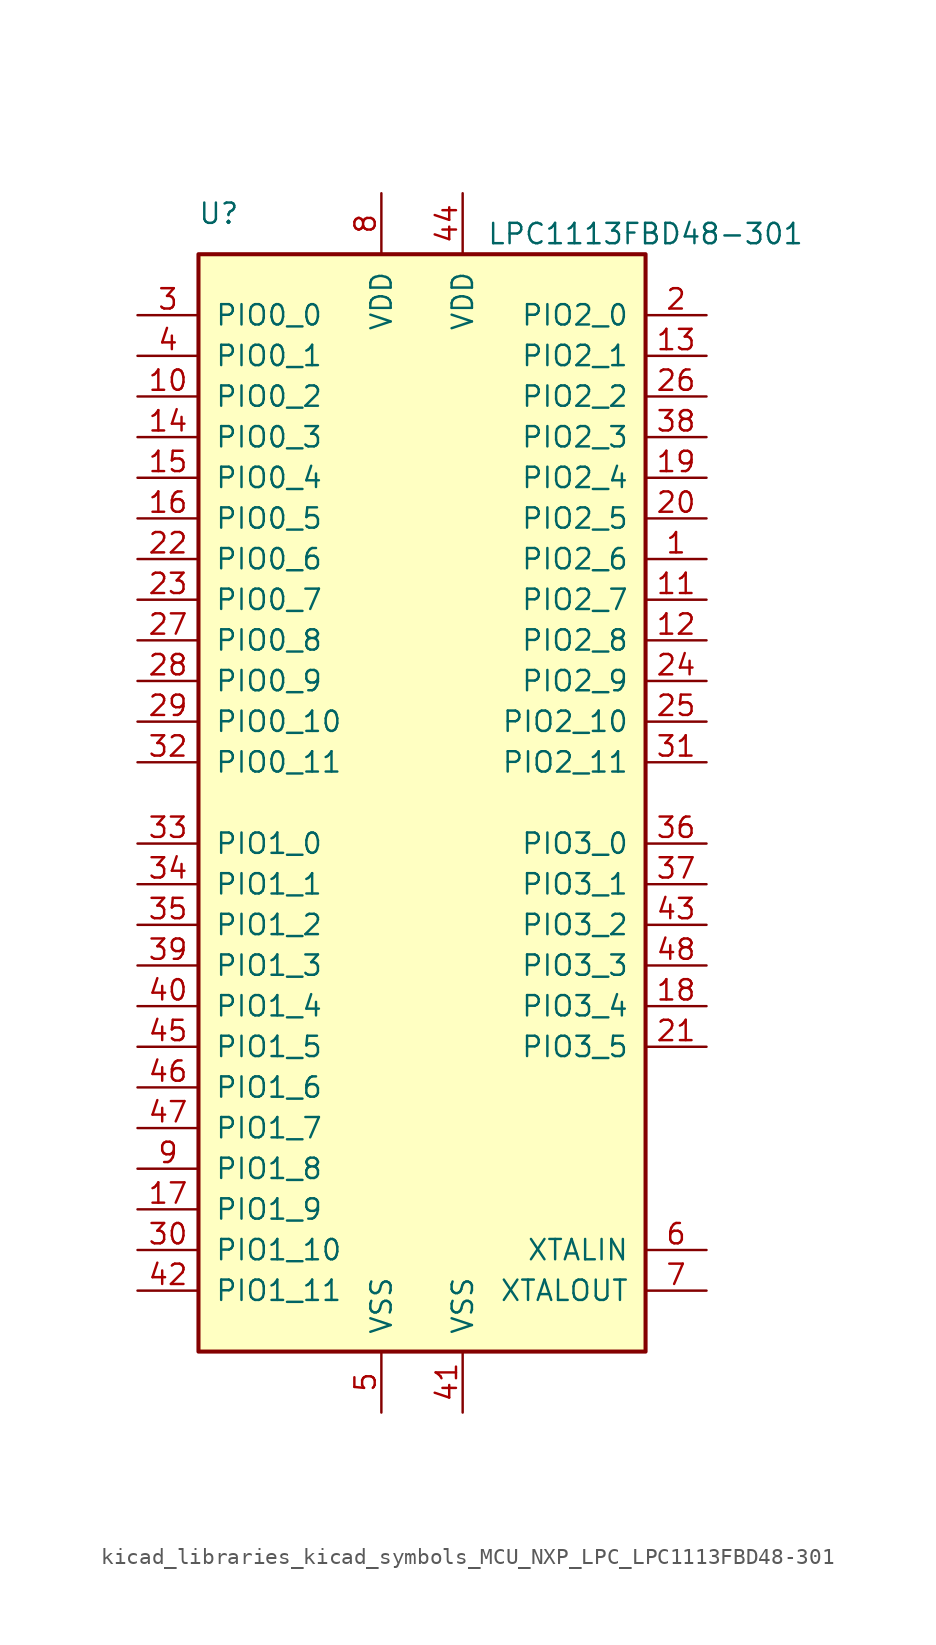
<source format=kicad_sym>
(kicad_symbol_lib
  (version 20220914)
  (generator kicad_symbol_editor)
  (symbol "kicad_libraries_kicad_symbols_MCU_NXP_LPC_LPC1113FBD48-301"
    (pin_names
      (offset 1.016))
    (property "Reference" "U"
      (at -12.7 36.83 0)
      (effects (font (size 1.27 1.27))))
    (property "Value" "LPC1113FBD48-301"
      (at 13.97 35.56 0)
      (effects (font (size 1.27 1.27))))
    (symbol "kicad_libraries_kicad_symbols_MCU_NXP_LPC_LPC1113FBD48-301_0_1"
      (rectangle (start -13.97 34.29) (end 13.97 -34.29) (stroke (width 0.254) (type default)) (fill (type background))))
    (symbol "kicad_libraries_kicad_symbols_MCU_NXP_LPC_LPC1113FBD48-301_1_1"
      (pin bidirectional line (at 17.78 15.24 180) (length 3.81) (name "PIO2_6" (effects (font (size 1.27 1.27)))) (number "1" (effects (font (size 1.27 1.27)))))
      (pin bidirectional line (at -17.78 25.4 0) (length 3.81) (name "PIO0_2" (effects (font (size 1.27 1.27)))) (number "10" (effects (font (size 1.27 1.27)))))
      (pin bidirectional line (at 17.78 12.7 180) (length 3.81) (name "PIO2_7" (effects (font (size 1.27 1.27)))) (number "11" (effects (font (size 1.27 1.27)))))
      (pin bidirectional line (at 17.78 10.16 180) (length 3.81) (name "PIO2_8" (effects (font (size 1.27 1.27)))) (number "12" (effects (font (size 1.27 1.27)))))
      (pin bidirectional line (at 17.78 27.94 180) (length 3.81) (name "PIO2_1" (effects (font (size 1.27 1.27)))) (number "13" (effects (font (size 1.27 1.27)))))
      (pin bidirectional line (at -17.78 22.86 0) (length 3.81) (name "PIO0_3" (effects (font (size 1.27 1.27)))) (number "14" (effects (font (size 1.27 1.27)))))
      (pin bidirectional line (at -17.78 20.32 0) (length 3.81) (name "PIO0_4" (effects (font (size 1.27 1.27)))) (number "15" (effects (font (size 1.27 1.27)))))
      (pin bidirectional line (at -17.78 17.78 0) (length 3.81) (name "PIO0_5" (effects (font (size 1.27 1.27)))) (number "16" (effects (font (size 1.27 1.27)))))
      (pin bidirectional line (at -17.78 -25.4 0) (length 3.81) (name "PIO1_9" (effects (font (size 1.27 1.27)))) (number "17" (effects (font (size 1.27 1.27)))))
      (pin bidirectional line (at 17.78 -12.7 180) (length 3.81) (name "PIO3_4" (effects (font (size 1.27 1.27)))) (number "18" (effects (font (size 1.27 1.27)))))
      (pin bidirectional line (at 17.78 20.32 180) (length 3.81) (name "PIO2_4" (effects (font (size 1.27 1.27)))) (number "19" (effects (font (size 1.27 1.27)))))
      (pin bidirectional line (at 17.78 30.48 180) (length 3.81) (name "PIO2_0" (effects (font (size 1.27 1.27)))) (number "2" (effects (font (size 1.27 1.27)))))
      (pin bidirectional line (at 17.78 17.78 180) (length 3.81) (name "PIO2_5" (effects (font (size 1.27 1.27)))) (number "20" (effects (font (size 1.27 1.27)))))
      (pin bidirectional line (at 17.78 -15.24 180) (length 3.81) (name "PIO3_5" (effects (font (size 1.27 1.27)))) (number "21" (effects (font (size 1.27 1.27)))))
      (pin bidirectional line (at -17.78 15.24 0) (length 3.81) (name "PIO0_6" (effects (font (size 1.27 1.27)))) (number "22" (effects (font (size 1.27 1.27)))))
      (pin bidirectional line (at -17.78 12.7 0) (length 3.81) (name "PIO0_7" (effects (font (size 1.27 1.27)))) (number "23" (effects (font (size 1.27 1.27)))))
      (pin bidirectional line (at 17.78 7.62 180) (length 3.81) (name "PIO2_9" (effects (font (size 1.27 1.27)))) (number "24" (effects (font (size 1.27 1.27)))))
      (pin bidirectional line (at 17.78 5.08 180) (length 3.81) (name "PIO2_10" (effects (font (size 1.27 1.27)))) (number "25" (effects (font (size 1.27 1.27)))))
      (pin bidirectional line (at 17.78 25.4 180) (length 3.81) (name "PIO2_2" (effects (font (size 1.27 1.27)))) (number "26" (effects (font (size 1.27 1.27)))))
      (pin bidirectional line (at -17.78 10.16 0) (length 3.81) (name "PIO0_8" (effects (font (size 1.27 1.27)))) (number "27" (effects (font (size 1.27 1.27)))))
      (pin bidirectional line (at -17.78 7.62 0) (length 3.81) (name "PIO0_9" (effects (font (size 1.27 1.27)))) (number "28" (effects (font (size 1.27 1.27)))))
      (pin bidirectional line (at -17.78 5.08 0) (length 3.81) (name "PIO0_10" (effects (font (size 1.27 1.27)))) (number "29" (effects (font (size 1.27 1.27)))))
      (pin bidirectional line (at -17.78 30.48 0) (length 3.81) (name "PIO0_0" (effects (font (size 1.27 1.27)))) (number "3" (effects (font (size 1.27 1.27)))))
      (pin bidirectional line (at -17.78 -27.94 0) (length 3.81) (name "PIO1_10" (effects (font (size 1.27 1.27)))) (number "30" (effects (font (size 1.27 1.27)))))
      (pin bidirectional line (at 17.78 2.54 180) (length 3.81) (name "PIO2_11" (effects (font (size 1.27 1.27)))) (number "31" (effects (font (size 1.27 1.27)))))
      (pin bidirectional line (at -17.78 2.54 0) (length 3.81) (name "PIO0_11" (effects (font (size 1.27 1.27)))) (number "32" (effects (font (size 1.27 1.27)))))
      (pin bidirectional line (at -17.78 -2.54 0) (length 3.81) (name "PIO1_0" (effects (font (size 1.27 1.27)))) (number "33" (effects (font (size 1.27 1.27)))))
      (pin bidirectional line (at -17.78 -5.08 0) (length 3.81) (name "PIO1_1" (effects (font (size 1.27 1.27)))) (number "34" (effects (font (size 1.27 1.27)))))
      (pin bidirectional line (at -17.78 -7.62 0) (length 3.81) (name "PIO1_2" (effects (font (size 1.27 1.27)))) (number "35" (effects (font (size 1.27 1.27)))))
      (pin bidirectional line (at 17.78 -2.54 180) (length 3.81) (name "PIO3_0" (effects (font (size 1.27 1.27)))) (number "36" (effects (font (size 1.27 1.27)))))
      (pin bidirectional line (at 17.78 -5.08 180) (length 3.81) (name "PIO3_1" (effects (font (size 1.27 1.27)))) (number "37" (effects (font (size 1.27 1.27)))))
      (pin bidirectional line (at 17.78 22.86 180) (length 3.81) (name "PIO2_3" (effects (font (size 1.27 1.27)))) (number "38" (effects (font (size 1.27 1.27)))))
      (pin bidirectional line (at -17.78 -10.16 0) (length 3.81) (name "PIO1_3" (effects (font (size 1.27 1.27)))) (number "39" (effects (font (size 1.27 1.27)))))
      (pin bidirectional line (at -17.78 27.94 0) (length 3.81) (name "PIO0_1" (effects (font (size 1.27 1.27)))) (number "4" (effects (font (size 1.27 1.27)))))
      (pin bidirectional line (at -17.78 -12.7 0) (length 3.81) (name "PIO1_4" (effects (font (size 1.27 1.27)))) (number "40" (effects (font (size 1.27 1.27)))))
      (pin power_in line (at 2.54 -38.1 90) (length 3.81) (name "VSS" (effects (font (size 1.27 1.27)))) (number "41" (effects (font (size 1.27 1.27)))))
      (pin bidirectional line (at -17.78 -30.48 0) (length 3.81) (name "PIO1_11" (effects (font (size 1.27 1.27)))) (number "42" (effects (font (size 1.27 1.27)))))
      (pin bidirectional line (at 17.78 -7.62 180) (length 3.81) (name "PIO3_2" (effects (font (size 1.27 1.27)))) (number "43" (effects (font (size 1.27 1.27)))))
      (pin power_in line (at 2.54 38.1 270) (length 3.81) (name "VDD" (effects (font (size 1.27 1.27)))) (number "44" (effects (font (size 1.27 1.27)))))
      (pin bidirectional line (at -17.78 -15.24 0) (length 3.81) (name "PIO1_5" (effects (font (size 1.27 1.27)))) (number "45" (effects (font (size 1.27 1.27)))))
      (pin bidirectional line (at -17.78 -17.78 0) (length 3.81) (name "PIO1_6" (effects (font (size 1.27 1.27)))) (number "46" (effects (font (size 1.27 1.27)))))
      (pin bidirectional line (at -17.78 -20.32 0) (length 3.81) (name "PIO1_7" (effects (font (size 1.27 1.27)))) (number "47" (effects (font (size 1.27 1.27)))))
      (pin bidirectional line (at 17.78 -10.16 180) (length 3.81) (name "PIO3_3" (effects (font (size 1.27 1.27)))) (number "48" (effects (font (size 1.27 1.27)))))
      (pin power_in line (at -2.54 -38.1 90) (length 3.81) (name "VSS" (effects (font (size 1.27 1.27)))) (number "5" (effects (font (size 1.27 1.27)))))
      (pin input line (at 17.78 -27.94 180) (length 3.81) (name "XTALIN" (effects (font (size 1.27 1.27)))) (number "6" (effects (font (size 1.27 1.27)))))
      (pin output line (at 17.78 -30.48 180) (length 3.81) (name "XTALOUT" (effects (font (size 1.27 1.27)))) (number "7" (effects (font (size 1.27 1.27)))))
      (pin power_in line (at -2.54 38.1 270) (length 3.81) (name "VDD" (effects (font (size 1.27 1.27)))) (number "8" (effects (font (size 1.27 1.27)))))
      (pin bidirectional line (at -17.78 -22.86 0) (length 3.81) (name "PIO1_8" (effects (font (size 1.27 1.27)))) (number "9" (effects (font (size 1.27 1.27))))))))
</source>
